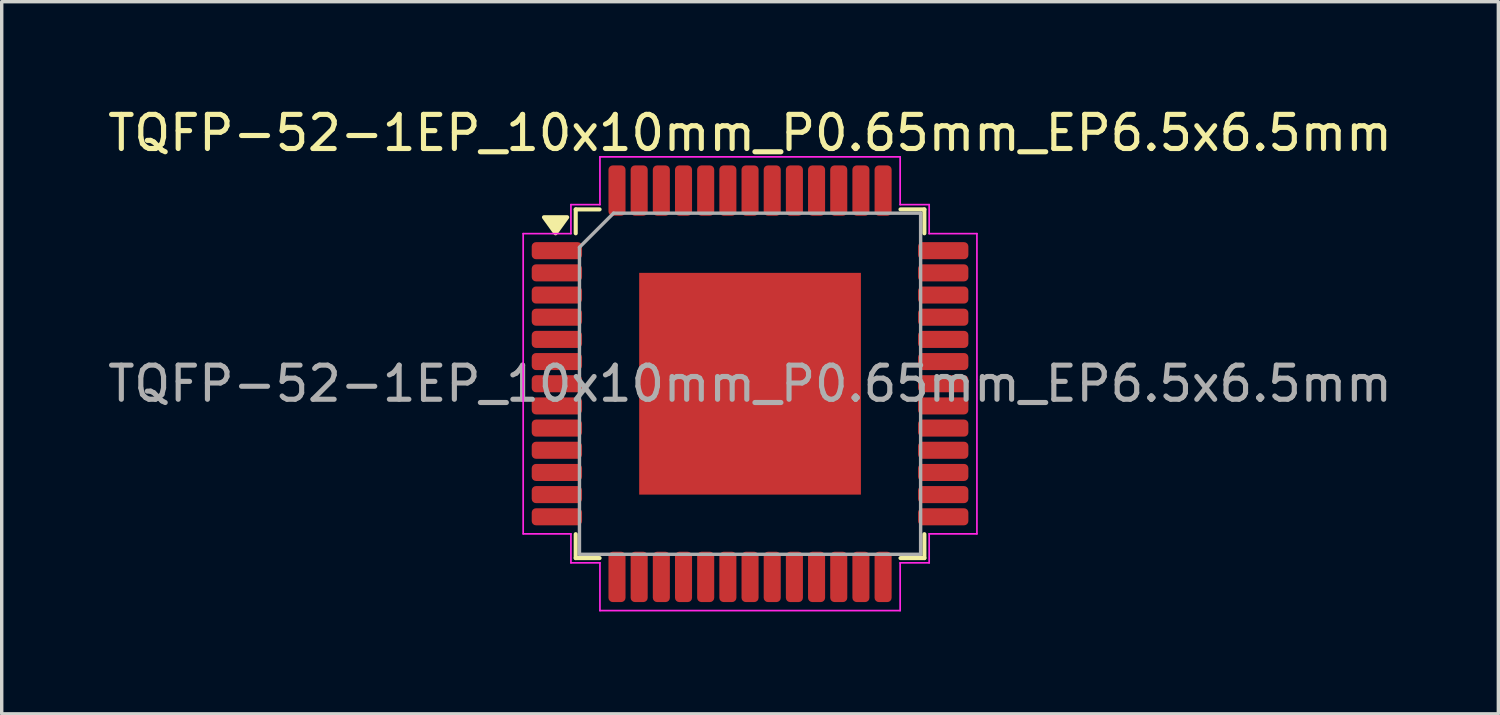
<source format=kicad_pcb>
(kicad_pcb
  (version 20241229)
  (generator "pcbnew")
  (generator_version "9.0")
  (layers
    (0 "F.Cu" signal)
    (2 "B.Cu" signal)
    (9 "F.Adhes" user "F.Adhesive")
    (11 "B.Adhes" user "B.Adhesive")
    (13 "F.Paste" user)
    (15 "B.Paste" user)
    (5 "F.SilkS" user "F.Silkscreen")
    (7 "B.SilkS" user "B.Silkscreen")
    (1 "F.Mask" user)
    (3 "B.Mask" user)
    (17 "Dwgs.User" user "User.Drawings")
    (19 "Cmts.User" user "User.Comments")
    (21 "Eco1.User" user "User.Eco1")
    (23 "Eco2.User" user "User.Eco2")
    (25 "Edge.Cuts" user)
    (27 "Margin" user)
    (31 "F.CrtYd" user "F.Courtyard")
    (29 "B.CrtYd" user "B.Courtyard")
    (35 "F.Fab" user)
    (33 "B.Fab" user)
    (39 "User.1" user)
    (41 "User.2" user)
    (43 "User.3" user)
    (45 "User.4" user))
  (footprint "TQFP-52-1EP_10x10mm_P0.65mm_EP6.5x6.5mm"
    (layer "F.Cu")
    (at 18.935 8.198)
    (property "Reference" "TQFP-52-1EP_10x10mm_P0.65mm_EP6.5x6.5mm" (at 0 -7.35 0) (layer "F.SilkS") (effects (font (size 1 1) (thickness 0.15))))
    (attr smd)
    (fp_line (start -5.11 -5.11) (end -5.11 -4.41) (stroke (width 0.12) (type solid)) (layer "F.SilkS"))
    (fp_line (start -5.11 5.11) (end -5.11 4.41) (stroke (width 0.12) (type solid)) (layer "F.SilkS"))
    (fp_line (start -4.41 -5.11) (end -5.11 -5.11) (stroke (width 0.12) (type solid)) (layer "F.SilkS"))
    (fp_line (start -4.41 5.11) (end -5.11 5.11) (stroke (width 0.12) (type solid)) (layer "F.SilkS"))
    (fp_line (start 4.41 -5.11) (end 5.11 -5.11) (stroke (width 0.12) (type solid)) (layer "F.SilkS"))
    (fp_line (start 4.41 5.11) (end 5.11 5.11) (stroke (width 0.12) (type solid)) (layer "F.SilkS"))
    (fp_line (start 5.11 -5.11) (end 5.11 -4.41) (stroke (width 0.12) (type solid)) (layer "F.SilkS"))
    (fp_line (start 5.11 5.11) (end 5.11 4.41) (stroke (width 0.12) (type solid)) (layer "F.SilkS"))
    (fp_poly (pts (xy -5.7 -4.41) (xy -6.04 -4.88) (xy -5.36 -4.88)) (stroke (width 0.12) (type solid)) (fill yes) (layer "F.SilkS"))
    (fp_line (start -6.65 -4.4) (end -5.25 -4.4) (stroke (width 0.05) (type solid)) (layer "F.CrtYd"))
    (fp_line (start -6.65 4.4) (end -6.65 -4.4) (stroke (width 0.05) (type solid)) (layer "F.CrtYd"))
    (fp_line (start -5.25 -5.25) (end -4.4 -5.25) (stroke (width 0.05) (type solid)) (layer "F.CrtYd"))
    (fp_line (start -5.25 -4.4) (end -5.25 -5.25) (stroke (width 0.05) (type solid)) (layer "F.CrtYd"))
    (fp_line (start -5.25 4.4) (end -6.65 4.4) (stroke (width 0.05) (type solid)) (layer "F.CrtYd"))
    (fp_line (start -5.25 5.25) (end -5.25 4.4) (stroke (width 0.05) (type solid)) (layer "F.CrtYd"))
    (fp_line (start -4.4 -6.65) (end 4.4 -6.65) (stroke (width 0.05) (type solid)) (layer "F.CrtYd"))
    (fp_line (start -4.4 -5.25) (end -4.4 -6.65) (stroke (width 0.05) (type solid)) (layer "F.CrtYd"))
    (fp_line (start -4.4 5.25) (end -5.25 5.25) (stroke (width 0.05) (type solid)) (layer "F.CrtYd"))
    (fp_line (start -4.4 6.65) (end -4.4 5.25) (stroke (width 0.05) (type solid)) (layer "F.CrtYd"))
    (fp_line (start 4.4 -6.65) (end 4.4 -5.25) (stroke (width 0.05) (type solid)) (layer "F.CrtYd"))
    (fp_line (start 4.4 -5.25) (end 5.25 -5.25) (stroke (width 0.05) (type solid)) (layer "F.CrtYd"))
    (fp_line (start 4.4 5.25) (end 4.4 6.65) (stroke (width 0.05) (type solid)) (layer "F.CrtYd"))
    (fp_line (start 4.4 6.65) (end -4.4 6.65) (stroke (width 0.05) (type solid)) (layer "F.CrtYd"))
    (fp_line (start 5.25 -5.25) (end 5.25 -4.4) (stroke (width 0.05) (type solid)) (layer "F.CrtYd"))
    (fp_line (start 5.25 -4.4) (end 6.65 -4.4) (stroke (width 0.05) (type solid)) (layer "F.CrtYd"))
    (fp_line (start 5.25 4.4) (end 5.25 5.25) (stroke (width 0.05) (type solid)) (layer "F.CrtYd"))
    (fp_line (start 5.25 5.25) (end 4.4 5.25) (stroke (width 0.05) (type solid)) (layer "F.CrtYd"))
    (fp_line (start 6.65 -4.4) (end 6.65 4.4) (stroke (width 0.05) (type solid)) (layer "F.CrtYd"))
    (fp_line (start 6.65 4.4) (end 5.25 4.4) (stroke (width 0.05) (type solid)) (layer "F.CrtYd"))
    (fp_line (start -5 -4) (end -4 -5) (stroke (width 0.1) (type solid)) (layer "F.Fab"))
    (fp_line (start -5 5) (end -5 -4) (stroke (width 0.1) (type solid)) (layer "F.Fab"))
    (fp_line (start -4 -5) (end 5 -5) (stroke (width 0.1) (type solid)) (layer "F.Fab"))
    (fp_line (start 5 -5) (end 5 5) (stroke (width 0.1) (type solid)) (layer "F.Fab"))
    (fp_line (start 5 5) (end -5 5) (stroke (width 0.1) (type solid)) (layer "F.Fab"))
    (fp_text user "${REFERENCE}" (at 0 0 0) (layer "F.Fab") (effects (font (size 1 1) (thickness 0.15))))
    (pad "" smd roundrect (at -2.6 -2.6) (size 1.05 1.05) (layers "F.Paste") (roundrect_rratio 0.238))
    (pad "" smd roundrect (at -2.6 -1.3) (size 1.05 1.05) (layers "F.Paste") (roundrect_rratio 0.238))
    (pad "" smd roundrect (at -2.6 0) (size 1.05 1.05) (layers "F.Paste") (roundrect_rratio 0.238))
    (pad "" smd roundrect (at -2.6 1.3) (size 1.05 1.05) (layers "F.Paste") (roundrect_rratio 0.238))
    (pad "" smd roundrect (at -2.6 2.6) (size 1.05 1.05) (layers "F.Paste") (roundrect_rratio 0.238))
    (pad "" smd roundrect (at -1.3 -2.6) (size 1.05 1.05) (layers "F.Paste") (roundrect_rratio 0.238))
    (pad "" smd roundrect (at -1.3 -1.3) (size 1.05 1.05) (layers "F.Paste") (roundrect_rratio 0.238))
    (pad "" smd roundrect (at -1.3 0) (size 1.05 1.05) (layers "F.Paste") (roundrect_rratio 0.238))
    (pad "" smd roundrect (at -1.3 1.3) (size 1.05 1.05) (layers "F.Paste") (roundrect_rratio 0.238))
    (pad "" smd roundrect (at -1.3 2.6) (size 1.05 1.05) (layers "F.Paste") (roundrect_rratio 0.238))
    (pad "" smd roundrect (at 0 -2.6) (size 1.05 1.05) (layers "F.Paste") (roundrect_rratio 0.238))
    (pad "" smd roundrect (at 0 -1.3) (size 1.05 1.05) (layers "F.Paste") (roundrect_rratio 0.238))
    (pad "" smd roundrect (at 0 0) (size 1.05 1.05) (layers "F.Paste") (roundrect_rratio 0.238))
    (pad "" smd roundrect (at 0 1.3) (size 1.05 1.05) (layers "F.Paste") (roundrect_rratio 0.238))
    (pad "" smd roundrect (at 0 2.6) (size 1.05 1.05) (layers "F.Paste") (roundrect_rratio 0.238))
    (pad "" smd roundrect (at 1.3 -2.6) (size 1.05 1.05) (layers "F.Paste") (roundrect_rratio 0.238))
    (pad "" smd roundrect (at 1.3 -1.3) (size 1.05 1.05) (layers "F.Paste") (roundrect_rratio 0.238))
    (pad "" smd roundrect (at 1.3 0) (size 1.05 1.05) (layers "F.Paste") (roundrect_rratio 0.238))
    (pad "" smd roundrect (at 1.3 1.3) (size 1.05 1.05) (layers "F.Paste") (roundrect_rratio 0.238))
    (pad "" smd roundrect (at 1.3 2.6) (size 1.05 1.05) (layers "F.Paste") (roundrect_rratio 0.238))
    (pad "" smd roundrect (at 2.6 -2.6) (size 1.05 1.05) (layers "F.Paste") (roundrect_rratio 0.238))
    (pad "" smd roundrect (at 2.6 -1.3) (size 1.05 1.05) (layers "F.Paste") (roundrect_rratio 0.238))
    (pad "" smd roundrect (at 2.6 0) (size 1.05 1.05) (layers "F.Paste") (roundrect_rratio 0.238))
    (pad "" smd roundrect (at 2.6 1.3) (size 1.05 1.05) (layers "F.Paste") (roundrect_rratio 0.238))
    (pad "" smd roundrect (at 2.6 2.6) (size 1.05 1.05) (layers "F.Paste") (roundrect_rratio 0.238))
    (pad "1" smd roundrect (at -5.662 -3.9) (size 1.475 0.5) (layers "F.Cu" "F.Mask" "F.Paste") (roundrect_rratio 0.25))
    (pad "2" smd roundrect (at -5.662 -3.25) (size 1.475 0.5) (layers "F.Cu" "F.Mask" "F.Paste") (roundrect_rratio 0.25))
    (pad "3" smd roundrect (at -5.662 -2.6) (size 1.475 0.5) (layers "F.Cu" "F.Mask" "F.Paste") (roundrect_rratio 0.25))
    (pad "4" smd roundrect (at -5.662 -1.95) (size 1.475 0.5) (layers "F.Cu" "F.Mask" "F.Paste") (roundrect_rratio 0.25))
    (pad "5" smd roundrect (at -5.662 -1.3) (size 1.475 0.5) (layers "F.Cu" "F.Mask" "F.Paste") (roundrect_rratio 0.25))
    (pad "6" smd roundrect (at -5.662 -0.65) (size 1.475 0.5) (layers "F.Cu" "F.Mask" "F.Paste") (roundrect_rratio 0.25))
    (pad "7" smd roundrect (at -5.662 0) (size 1.475 0.5) (layers "F.Cu" "F.Mask" "F.Paste") (roundrect_rratio 0.25))
    (pad "8" smd roundrect (at -5.662 0.65) (size 1.475 0.5) (layers "F.Cu" "F.Mask" "F.Paste") (roundrect_rratio 0.25))
    (pad "9" smd roundrect (at -5.662 1.3) (size 1.475 0.5) (layers "F.Cu" "F.Mask" "F.Paste") (roundrect_rratio 0.25))
    (pad "10" smd roundrect (at -5.662 1.95) (size 1.475 0.5) (layers "F.Cu" "F.Mask" "F.Paste") (roundrect_rratio 0.25))
    (pad "11" smd roundrect (at -5.662 2.6) (size 1.475 0.5) (layers "F.Cu" "F.Mask" "F.Paste") (roundrect_rratio 0.25))
    (pad "12" smd roundrect (at -5.662 3.25) (size 1.475 0.5) (layers "F.Cu" "F.Mask" "F.Paste") (roundrect_rratio 0.25))
    (pad "13" smd roundrect (at -5.662 3.9) (size 1.475 0.5) (layers "F.Cu" "F.Mask" "F.Paste") (roundrect_rratio 0.25))
    (pad "14" smd roundrect (at -3.9 5.662) (size 0.5 1.475) (layers "F.Cu" "F.Mask" "F.Paste") (roundrect_rratio 0.25))
    (pad "15" smd roundrect (at -3.25 5.662) (size 0.5 1.475) (layers "F.Cu" "F.Mask" "F.Paste") (roundrect_rratio 0.25))
    (pad "16" smd roundrect (at -2.6 5.662) (size 0.5 1.475) (layers "F.Cu" "F.Mask" "F.Paste") (roundrect_rratio 0.25))
    (pad "17" smd roundrect (at -1.95 5.662) (size 0.5 1.475) (layers "F.Cu" "F.Mask" "F.Paste") (roundrect_rratio 0.25))
    (pad "18" smd roundrect (at -1.3 5.662) (size 0.5 1.475) (layers "F.Cu" "F.Mask" "F.Paste") (roundrect_rratio 0.25))
    (pad "19" smd roundrect (at -0.65 5.662) (size 0.5 1.475) (layers "F.Cu" "F.Mask" "F.Paste") (roundrect_rratio 0.25))
    (pad "20" smd roundrect (at 0 5.662) (size 0.5 1.475) (layers "F.Cu" "F.Mask" "F.Paste") (roundrect_rratio 0.25))
    (pad "21" smd roundrect (at 0.65 5.662) (size 0.5 1.475) (layers "F.Cu" "F.Mask" "F.Paste") (roundrect_rratio 0.25))
    (pad "22" smd roundrect (at 1.3 5.662) (size 0.5 1.475) (layers "F.Cu" "F.Mask" "F.Paste") (roundrect_rratio 0.25))
    (pad "23" smd roundrect (at 1.95 5.662) (size 0.5 1.475) (layers "F.Cu" "F.Mask" "F.Paste") (roundrect_rratio 0.25))
    (pad "24" smd roundrect (at 2.6 5.662) (size 0.5 1.475) (layers "F.Cu" "F.Mask" "F.Paste") (roundrect_rratio 0.25))
    (pad "25" smd roundrect (at 3.25 5.662) (size 0.5 1.475) (layers "F.Cu" "F.Mask" "F.Paste") (roundrect_rratio 0.25))
    (pad "26" smd roundrect (at 3.9 5.662) (size 0.5 1.475) (layers "F.Cu" "F.Mask" "F.Paste") (roundrect_rratio 0.25))
    (pad "27" smd roundrect (at 5.662 3.9) (size 1.475 0.5) (layers "F.Cu" "F.Mask" "F.Paste") (roundrect_rratio 0.25))
    (pad "28" smd roundrect (at 5.662 3.25) (size 1.475 0.5) (layers "F.Cu" "F.Mask" "F.Paste") (roundrect_rratio 0.25))
    (pad "29" smd roundrect (at 5.662 2.6) (size 1.475 0.5) (layers "F.Cu" "F.Mask" "F.Paste") (roundrect_rratio 0.25))
    (pad "30" smd roundrect (at 5.662 1.95) (size 1.475 0.5) (layers "F.Cu" "F.Mask" "F.Paste") (roundrect_rratio 0.25))
    (pad "31" smd roundrect (at 5.662 1.3) (size 1.475 0.5) (layers "F.Cu" "F.Mask" "F.Paste") (roundrect_rratio 0.25))
    (pad "32" smd roundrect (at 5.662 0.65) (size 1.475 0.5) (layers "F.Cu" "F.Mask" "F.Paste") (roundrect_rratio 0.25))
    (pad "33" smd roundrect (at 5.662 0) (size 1.475 0.5) (layers "F.Cu" "F.Mask" "F.Paste") (roundrect_rratio 0.25))
    (pad "34" smd roundrect (at 5.662 -0.65) (size 1.475 0.5) (layers "F.Cu" "F.Mask" "F.Paste") (roundrect_rratio 0.25))
    (pad "35" smd roundrect (at 5.662 -1.3) (size 1.475 0.5) (layers "F.Cu" "F.Mask" "F.Paste") (roundrect_rratio 0.25))
    (pad "36" smd roundrect (at 5.662 -1.95) (size 1.475 0.5) (layers "F.Cu" "F.Mask" "F.Paste") (roundrect_rratio 0.25))
    (pad "37" smd roundrect (at 5.662 -2.6) (size 1.475 0.5) (layers "F.Cu" "F.Mask" "F.Paste") (roundrect_rratio 0.25))
    (pad "38" smd roundrect (at 5.662 -3.25) (size 1.475 0.5) (layers "F.Cu" "F.Mask" "F.Paste") (roundrect_rratio 0.25))
    (pad "39" smd roundrect (at 5.662 -3.9) (size 1.475 0.5) (layers "F.Cu" "F.Mask" "F.Paste") (roundrect_rratio 0.25))
    (pad "40" smd roundrect (at 3.9 -5.662) (size 0.5 1.475) (layers "F.Cu" "F.Mask" "F.Paste") (roundrect_rratio 0.25))
    (pad "41" smd roundrect (at 3.25 -5.662) (size 0.5 1.475) (layers "F.Cu" "F.Mask" "F.Paste") (roundrect_rratio 0.25))
    (pad "42" smd roundrect (at 2.6 -5.662) (size 0.5 1.475) (layers "F.Cu" "F.Mask" "F.Paste") (roundrect_rratio 0.25))
    (pad "43" smd roundrect (at 1.95 -5.662) (size 0.5 1.475) (layers "F.Cu" "F.Mask" "F.Paste") (roundrect_rratio 0.25))
    (pad "44" smd roundrect (at 1.3 -5.662) (size 0.5 1.475) (layers "F.Cu" "F.Mask" "F.Paste") (roundrect_rratio 0.25))
    (pad "45" smd roundrect (at 0.65 -5.662) (size 0.5 1.475) (layers "F.Cu" "F.Mask" "F.Paste") (roundrect_rratio 0.25))
    (pad "46" smd roundrect (at 0 -5.662) (size 0.5 1.475) (layers "F.Cu" "F.Mask" "F.Paste") (roundrect_rratio 0.25))
    (pad "47" smd roundrect (at -0.65 -5.662) (size 0.5 1.475) (layers "F.Cu" "F.Mask" "F.Paste") (roundrect_rratio 0.25))
    (pad "48" smd roundrect (at -1.3 -5.662) (size 0.5 1.475) (layers "F.Cu" "F.Mask" "F.Paste") (roundrect_rratio 0.25))
    (pad "49" smd roundrect (at -1.95 -5.662) (size 0.5 1.475) (layers "F.Cu" "F.Mask" "F.Paste") (roundrect_rratio 0.25))
    (pad "50" smd roundrect (at -2.6 -5.662) (size 0.5 1.475) (layers "F.Cu" "F.Mask" "F.Paste") (roundrect_rratio 0.25))
    (pad "51" smd roundrect (at -3.25 -5.662) (size 0.5 1.475) (layers "F.Cu" "F.Mask" "F.Paste") (roundrect_rratio 0.25))
    (pad "52" smd roundrect (at -3.9 -5.662) (size 0.5 1.475) (layers "F.Cu" "F.Mask" "F.Paste") (roundrect_rratio 0.25))
    (pad "53" smd rect (at 0 0) (size 6.5 6.5) (property pad_prop_heatsink) (layers "F.Cu" "F.Mask")))
  (gr_rect
    (start -3 -3)
    (end 40.869 17.873)
    (stroke (width 0.1) (type default))
    (fill no)
    (layer "Edge.Cuts")))
</source>
